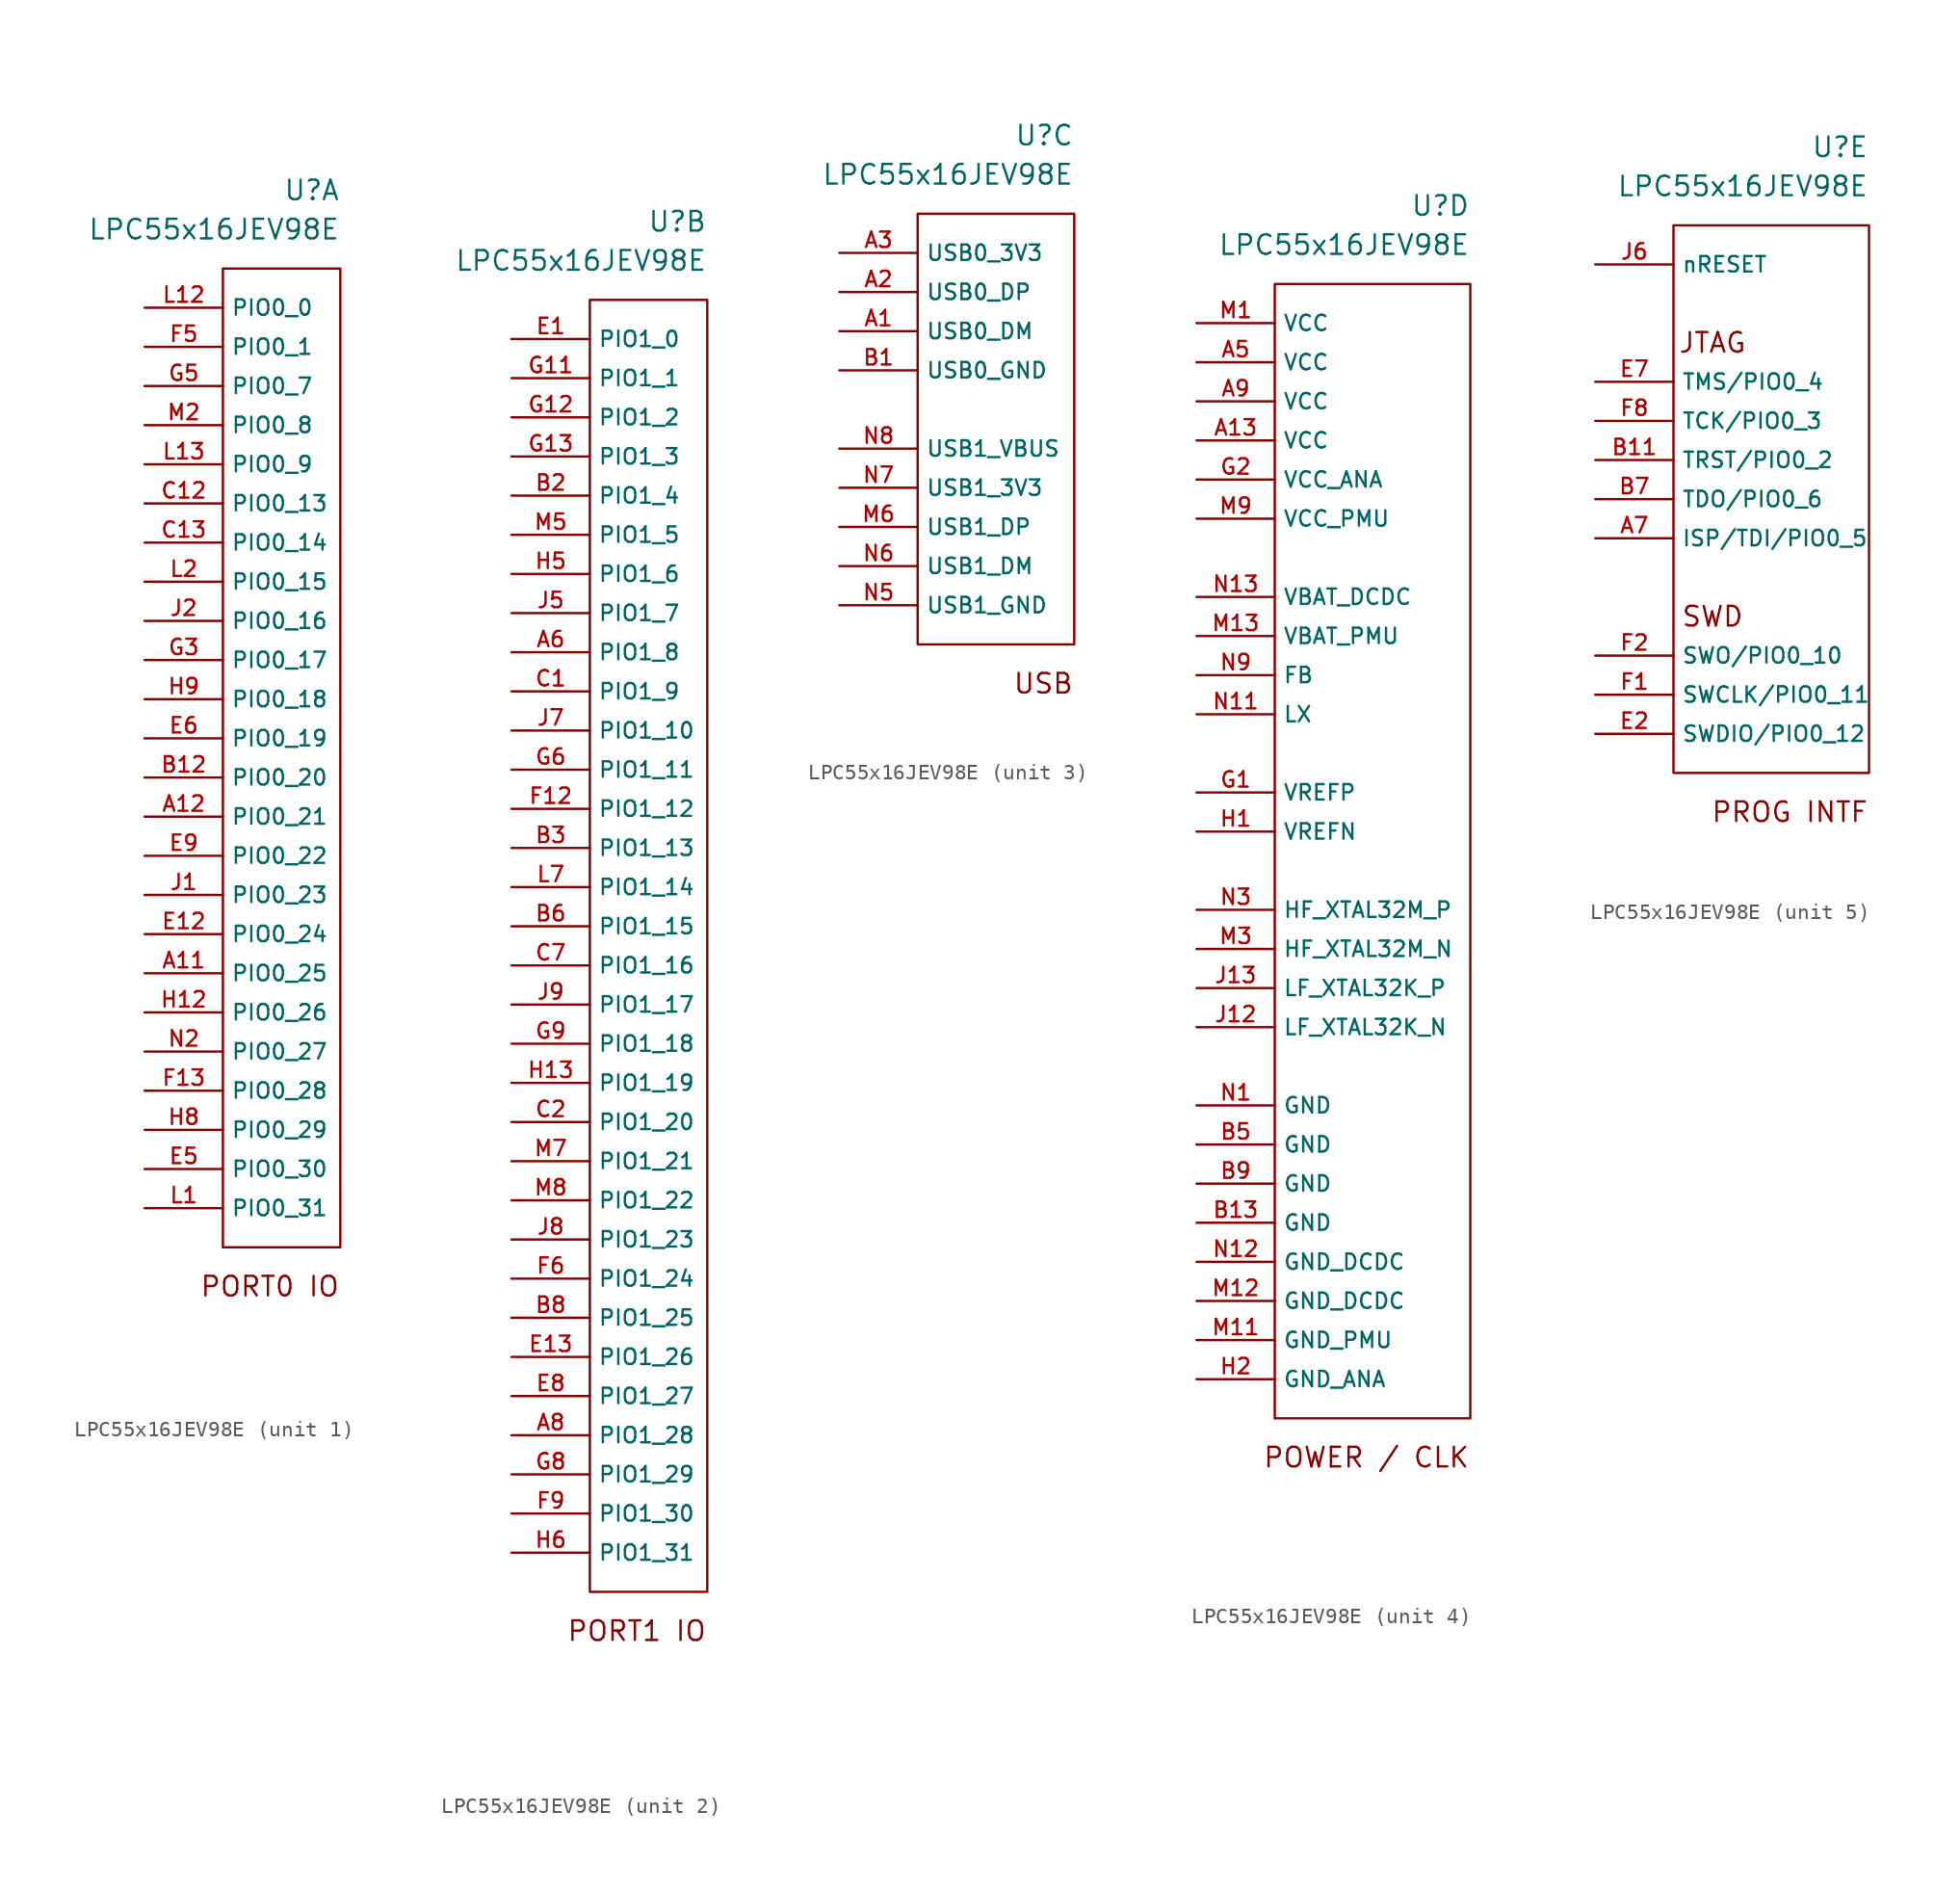
<source format=kicad_sym>
(kicad_symbol_lib
  (version 20211014)
  (generator kicad_symbol_editor)
  (symbol "LPC55x16JEV98E"
    (property "Reference" "U"
      (at 0 5.08 0)
      (effects (font (size 1.27 1.27)) (justify right)))
    (property "Value" "LPC55x16JEV98E"
      (at 0 2.54 0)
      (effects (font (size 1.27 1.27)) (justify right)))
    (property "ki_locked" ""
      (at 0 0 0)
      (effects (font (size 1.27 1.27))))
    (symbol "LPC55x16JEV98E_1_0"
      (text "PORT0 IO" (at 0 -66.04 0) (effects (font (size 1.27 1.27)) (justify right))))
    (symbol "LPC55x16JEV98E_1_1"
      (rectangle (start -7.62 0) (end 0 -63.5) (stroke (width 0.152) (type default) (color 0 0 0 0)) (fill (type none)))
      (pin input line (at -12.7 -45.72 0) (length 5.08) (name "PIO0_25" (effects (font (size 1 1)))) (number "A11" (effects (font (size 1 1)))))
      (pin input line (at -12.7 -35.56 0) (length 5.08) (name "PIO0_21" (effects (font (size 1 1)))) (number "A12" (effects (font (size 1 1)))))
      (pin input line (at -12.7 -33.02 0) (length 5.08) (name "PIO0_20" (effects (font (size 1 1)))) (number "B12" (effects (font (size 1 1)))))
      (pin input line (at -12.7 -15.24 0) (length 5.08) (name "PIO0_13" (effects (font (size 1 1)))) (number "C12" (effects (font (size 1 1)))))
      (pin input line (at -12.7 -17.78 0) (length 5.08) (name "PIO0_14" (effects (font (size 1 1)))) (number "C13" (effects (font (size 1 1)))))
      (pin input line (at -12.7 -43.18 0) (length 5.08) (name "PIO0_24" (effects (font (size 1 1)))) (number "E12" (effects (font (size 1 1)))))
      (pin input line (at -12.7 -58.42 0) (length 5.08) (name "PIO0_30" (effects (font (size 1 1)))) (number "E5" (effects (font (size 1 1)))))
      (pin input line (at -12.7 -30.48 0) (length 5.08) (name "PIO0_19" (effects (font (size 1 1)))) (number "E6" (effects (font (size 1 1)))))
      (pin input line (at -12.7 -38.1 0) (length 5.08) (name "PIO0_22" (effects (font (size 1 1)))) (number "E9" (effects (font (size 1 1)))))
      (pin input line (at -12.7 -53.34 0) (length 5.08) (name "PIO0_28" (effects (font (size 1 1)))) (number "F13" (effects (font (size 1 1)))))
      (pin input line (at -12.7 -5.08 0) (length 5.08) (name "PIO0_1" (effects (font (size 1 1)))) (number "F5" (effects (font (size 1 1)))))
      (pin input line (at -12.7 -25.4 0) (length 5.08) (name "PIO0_17" (effects (font (size 1 1)))) (number "G3" (effects (font (size 1 1)))))
      (pin input line (at -12.7 -7.62 0) (length 5.08) (name "PIO0_7" (effects (font (size 1 1)))) (number "G5" (effects (font (size 1 1)))))
      (pin input line (at -12.7 -48.26 0) (length 5.08) (name "PIO0_26" (effects (font (size 1 1)))) (number "H12" (effects (font (size 1 1)))))
      (pin input line (at -12.7 -55.88 0) (length 5.08) (name "PIO0_29" (effects (font (size 1 1)))) (number "H8" (effects (font (size 1 1)))))
      (pin input line (at -12.7 -27.94 0) (length 5.08) (name "PIO0_18" (effects (font (size 1 1)))) (number "H9" (effects (font (size 1 1)))))
      (pin input line (at -12.7 -40.64 0) (length 5.08) (name "PIO0_23" (effects (font (size 1 1)))) (number "J1" (effects (font (size 1 1)))))
      (pin input line (at -12.7 -22.86 0) (length 5.08) (name "PIO0_16" (effects (font (size 1 1)))) (number "J2" (effects (font (size 1 1)))))
      (pin input line (at -12.7 -60.96 0) (length 5.08) (name "PIO0_31" (effects (font (size 1 1)))) (number "L1" (effects (font (size 1 1)))))
      (pin input line (at -12.7 -2.54 0) (length 5.08) (name "PIO0_0" (effects (font (size 1 1)))) (number "L12" (effects (font (size 1 1)))))
      (pin input line (at -12.7 -12.7 0) (length 5.08) (name "PIO0_9" (effects (font (size 1 1)))) (number "L13" (effects (font (size 1 1)))))
      (pin input line (at -12.7 -20.32 0) (length 5.08) (name "PIO0_15" (effects (font (size 1 1)))) (number "L2" (effects (font (size 1 1)))))
      (pin input line (at -12.7 -10.16 0) (length 5.08) (name "PIO0_8" (effects (font (size 1 1)))) (number "M2" (effects (font (size 1 1)))))
      (pin input line (at -12.7 -50.8 0) (length 5.08) (name "PIO0_27" (effects (font (size 1 1)))) (number "N2" (effects (font (size 1 1))))))
    (symbol "LPC55x16JEV98E_2_0"
      (text "PORT1 IO" (at 0 -86.36 0) (effects (font (size 1.27 1.27)) (justify right))))
    (symbol "LPC55x16JEV98E_2_1"
      (rectangle (start -7.62 0) (end 0 -83.82) (stroke (width 0.152) (type default) (color 0 0 0 0)) (fill (type none)))
      (pin input line (at -12.7 -22.86 0) (length 5.08) (name "PIO1_8" (effects (font (size 1 1)))) (number "A6" (effects (font (size 1 1)))))
      (pin input line (at -12.7 -73.66 0) (length 5.08) (name "PIO1_28" (effects (font (size 1 1)))) (number "A8" (effects (font (size 1 1)))))
      (pin input line (at -12.7 -12.7 0) (length 5.08) (name "PIO1_4" (effects (font (size 1 1)))) (number "B2" (effects (font (size 1 1)))))
      (pin input line (at -12.7 -35.56 0) (length 5.08) (name "PIO1_13" (effects (font (size 1 1)))) (number "B3" (effects (font (size 1 1)))))
      (pin input line (at -12.7 -40.64 0) (length 5.08) (name "PIO1_15" (effects (font (size 1 1)))) (number "B6" (effects (font (size 1 1)))))
      (pin input line (at -12.7 -66.04 0) (length 5.08) (name "PIO1_25" (effects (font (size 1 1)))) (number "B8" (effects (font (size 1 1)))))
      (pin input line (at -12.7 -25.4 0) (length 5.08) (name "PIO1_9" (effects (font (size 1 1)))) (number "C1" (effects (font (size 1 1)))))
      (pin input line (at -12.7 -53.34 0) (length 5.08) (name "PIO1_20" (effects (font (size 1 1)))) (number "C2" (effects (font (size 1 1)))))
      (pin input line (at -12.7 -43.18 0) (length 5.08) (name "PIO1_16" (effects (font (size 1 1)))) (number "C7" (effects (font (size 1 1)))))
      (pin input line (at -12.7 -2.54 0) (length 5.08) (name "PIO1_0" (effects (font (size 1 1)))) (number "E1" (effects (font (size 1 1)))))
      (pin input line (at -12.7 -68.58 0) (length 5.08) (name "PIO1_26" (effects (font (size 1 1)))) (number "E13" (effects (font (size 1 1)))))
      (pin input line (at -12.7 -71.12 0) (length 5.08) (name "PIO1_27" (effects (font (size 1 1)))) (number "E8" (effects (font (size 1 1)))))
      (pin input line (at -12.7 -33.02 0) (length 5.08) (name "PIO1_12" (effects (font (size 1 1)))) (number "F12" (effects (font (size 1 1)))))
      (pin input line (at -12.7 -63.5 0) (length 5.08) (name "PIO1_24" (effects (font (size 1 1)))) (number "F6" (effects (font (size 1 1)))))
      (pin input line (at -12.7 -78.74 0) (length 5.08) (name "PIO1_30" (effects (font (size 1 1)))) (number "F9" (effects (font (size 1 1)))))
      (pin input line (at -12.7 -5.08 0) (length 5.08) (name "PIO1_1" (effects (font (size 1 1)))) (number "G11" (effects (font (size 1 1)))))
      (pin input line (at -12.7 -7.62 0) (length 5.08) (name "PIO1_2" (effects (font (size 1 1)))) (number "G12" (effects (font (size 1 1)))))
      (pin input line (at -12.7 -10.16 0) (length 5.08) (name "PIO1_3" (effects (font (size 1 1)))) (number "G13" (effects (font (size 1 1)))))
      (pin input line (at -12.7 -30.48 0) (length 5.08) (name "PIO1_11" (effects (font (size 1 1)))) (number "G6" (effects (font (size 1 1)))))
      (pin input line (at -12.7 -76.2 0) (length 5.08) (name "PIO1_29" (effects (font (size 1 1)))) (number "G8" (effects (font (size 1 1)))))
      (pin input line (at -12.7 -48.26 0) (length 5.08) (name "PIO1_18" (effects (font (size 1 1)))) (number "G9" (effects (font (size 1 1)))))
      (pin input line (at -12.7 -50.8 0) (length 5.08) (name "PIO1_19" (effects (font (size 1 1)))) (number "H13" (effects (font (size 1 1)))))
      (pin input line (at -12.7 -17.78 0) (length 5.08) (name "PIO1_6" (effects (font (size 1 1)))) (number "H5" (effects (font (size 1 1)))))
      (pin input line (at -12.7 -81.28 0) (length 5.08) (name "PIO1_31" (effects (font (size 1 1)))) (number "H6" (effects (font (size 1 1)))))
      (pin input line (at -12.7 -20.32 0) (length 5.08) (name "PIO1_7" (effects (font (size 1 1)))) (number "J5" (effects (font (size 1 1)))))
      (pin input line (at -12.7 -27.94 0) (length 5.08) (name "PIO1_10" (effects (font (size 1 1)))) (number "J7" (effects (font (size 1 1)))))
      (pin input line (at -12.7 -60.96 0) (length 5.08) (name "PIO1_23" (effects (font (size 1 1)))) (number "J8" (effects (font (size 1 1)))))
      (pin input line (at -12.7 -45.72 0) (length 5.08) (name "PIO1_17" (effects (font (size 1 1)))) (number "J9" (effects (font (size 1 1)))))
      (pin input line (at -12.7 -38.1 0) (length 5.08) (name "PIO1_14" (effects (font (size 1 1)))) (number "L7" (effects (font (size 1 1)))))
      (pin input line (at -12.7 -15.24 0) (length 5.08) (name "PIO1_5" (effects (font (size 1 1)))) (number "M5" (effects (font (size 1 1)))))
      (pin input line (at -12.7 -55.88 0) (length 5.08) (name "PIO1_21" (effects (font (size 1 1)))) (number "M7" (effects (font (size 1 1)))))
      (pin input line (at -12.7 -58.42 0) (length 5.08) (name "PIO1_22" (effects (font (size 1 1)))) (number "M8" (effects (font (size 1 1))))))
    (symbol "LPC55x16JEV98E_3_0"
      (rectangle (start -10.16 0) (end 0 -27.94) (stroke (width 0.152) (type default) (color 0 0 0 0)) (fill (type none)))
      (text "USB" (at 0 -30.48 0) (effects (font (size 1.27 1.27)) (justify right))))
    (symbol "LPC55x16JEV98E_3_1"
      (pin input line (at -15.24 -7.62 0) (length 5.08) (name "USB0_DM" (effects (font (size 1 1)))) (number "A1" (effects (font (size 1 1)))))
      (pin input line (at -15.24 -5.08 0) (length 5.08) (name "USB0_DP" (effects (font (size 1 1)))) (number "A2" (effects (font (size 1 1)))))
      (pin input line (at -15.24 -2.54 0) (length 5.08) (name "USB0_3V3" (effects (font (size 1 1)))) (number "A3" (effects (font (size 1 1)))))
      (pin input line (at -15.24 -10.16 0) (length 5.08) (name "USB0_GND" (effects (font (size 1 1)))) (number "B1" (effects (font (size 1 1)))))
      (pin input line (at -15.24 -20.32 0) (length 5.08) (name "USB1_DP" (effects (font (size 1 1)))) (number "M6" (effects (font (size 1 1)))))
      (pin input line (at -15.24 -25.4 0) (length 5.08) (name "USB1_GND" (effects (font (size 1 1)))) (number "N5" (effects (font (size 1 1)))))
      (pin input line (at -15.24 -22.86 0) (length 5.08) (name "USB1_DM" (effects (font (size 1 1)))) (number "N6" (effects (font (size 1 1)))))
      (pin input line (at -15.24 -17.78 0) (length 5.08) (name "USB1_3V3" (effects (font (size 1 1)))) (number "N7" (effects (font (size 1 1)))))
      (pin input line (at -15.24 -15.24 0) (length 5.08) (name "USB1_VBUS" (effects (font (size 1 1)))) (number "N8" (effects (font (size 1 1))))))
    (symbol "LPC55x16JEV98E_4_0"
      (rectangle (start -12.7 0) (end 0 -73.66) (stroke (width 0.152) (type default) (color 0 0 0 0)) (fill (type none)))
      (text "POWER / CLK" (at 0 -76.2 0) (effects (font (size 1.27 1.27)) (justify right))))
    (symbol "LPC55x16JEV98E_4_1"
      (pin input line (at -17.78 -10.16 0) (length 5.08) (name "VCC" (effects (font (size 1 1)))) (number "A13" (effects (font (size 1 1)))))
      (pin input line (at -17.78 -5.08 0) (length 5.08) (name "VCC" (effects (font (size 1 1)))) (number "A5" (effects (font (size 1 1)))))
      (pin input line (at -17.78 -7.62 0) (length 5.08) (name "VCC" (effects (font (size 1 1)))) (number "A9" (effects (font (size 1 1)))))
      (pin input line (at -17.78 -60.96 0) (length 5.08) (name "GND" (effects (font (size 1 1)))) (number "B13" (effects (font (size 1 1)))))
      (pin input line (at -17.78 -55.88 0) (length 5.08) (name "GND" (effects (font (size 1 1)))) (number "B5" (effects (font (size 1 1)))))
      (pin input line (at -17.78 -58.42 0) (length 5.08) (name "GND" (effects (font (size 1 1)))) (number "B9" (effects (font (size 1 1)))))
      (pin input line (at -17.78 -33.02 0) (length 5.08) (name "VREFP" (effects (font (size 1 1)))) (number "G1" (effects (font (size 1 1)))))
      (pin input line (at -17.78 -12.7 0) (length 5.08) (name "VCC_ANA" (effects (font (size 1 1)))) (number "G2" (effects (font (size 1 1)))))
      (pin input line (at -17.78 -35.56 0) (length 5.08) (name "VREFN" (effects (font (size 1 1)))) (number "H1" (effects (font (size 1 1)))))
      (pin input line (at -17.78 -71.12 0) (length 5.08) (name "GND_ANA" (effects (font (size 1 1)))) (number "H2" (effects (font (size 1 1)))))
      (pin input line (at -17.78 -48.26 0) (length 5.08) (name "LF_XTAL32K_N" (effects (font (size 1 1)))) (number "J12" (effects (font (size 1 1)))))
      (pin input line (at -17.78 -45.72 0) (length 5.08) (name "LF_XTAL32K_P" (effects (font (size 1 1)))) (number "J13" (effects (font (size 1 1)))))
      (pin input line (at -17.78 -2.54 0) (length 5.08) (name "VCC" (effects (font (size 1 1)))) (number "M1" (effects (font (size 1 1)))))
      (pin input line (at -17.78 -68.58 0) (length 5.08) (name "GND_PMU" (effects (font (size 1 1)))) (number "M11" (effects (font (size 1 1)))))
      (pin input line (at -17.78 -66.04 0) (length 5.08) (name "GND_DCDC" (effects (font (size 1 1)))) (number "M12" (effects (font (size 1 1)))))
      (pin input line (at -17.78 -22.86 0) (length 5.08) (name "VBAT_PMU" (effects (font (size 1 1)))) (number "M13" (effects (font (size 1 1)))))
      (pin input line (at -17.78 -43.18 0) (length 5.08) (name "HF_XTAL32M_N" (effects (font (size 1 1)))) (number "M3" (effects (font (size 1 1)))))
      (pin input line (at -17.78 -15.24 0) (length 5.08) (name "VCC_PMU" (effects (font (size 1 1)))) (number "M9" (effects (font (size 1 1)))))
      (pin input line (at -17.78 -53.34 0) (length 5.08) (name "GND" (effects (font (size 1 1)))) (number "N1" (effects (font (size 1 1)))))
      (pin input line (at -17.78 -27.94 0) (length 5.08) (name "LX" (effects (font (size 1 1)))) (number "N11" (effects (font (size 1 1)))))
      (pin input line (at -17.78 -63.5 0) (length 5.08) (name "GND_DCDC" (effects (font (size 1 1)))) (number "N12" (effects (font (size 1 1)))))
      (pin input line (at -17.78 -20.32 0) (length 5.08) (name "VBAT_DCDC" (effects (font (size 1 1)))) (number "N13" (effects (font (size 1 1)))))
      (pin input line (at -17.78 -40.64 0) (length 5.08) (name "HF_XTAL32M_P" (effects (font (size 1 1)))) (number "N3" (effects (font (size 1 1)))))
      (pin input line (at -17.78 -25.4 0) (length 5.08) (name "FB" (effects (font (size 1 1)))) (number "N9" (effects (font (size 1 1))))))
    (symbol "LPC55x16JEV98E_5_0"
      (text "JTAG" (at -10.16 -7.62 0) (effects (font (size 1.27 1.27))))
      (text "PROG INTF" (at 0 -38.1 0) (effects (font (size 1.27 1.27)) (justify right)))
      (text "SWD" (at -10.16 -25.4 0) (effects (font (size 1.27 1.27)))))
    (symbol "LPC55x16JEV98E_5_1"
      (rectangle (start -12.7 0) (end 0 -35.56) (stroke (width 0.152) (type default) (color 0 0 0 0)) (fill (type none)))
      (pin input line (at -17.78 -20.32 0) (length 5.08) (name "ISP/TDI/PIO0_5" (effects (font (size 1 1)))) (number "A7" (effects (font (size 1 1)))))
      (pin input line (at -17.78 -15.24 0) (length 5.08) (name "TRST/PIO0_2" (effects (font (size 1 1)))) (number "B11" (effects (font (size 1 1)))))
      (pin input line (at -17.78 -17.78 0) (length 5.08) (name "TDO/PIO0_6" (effects (font (size 1 1)))) (number "B7" (effects (font (size 1 1)))))
      (pin input line (at -17.78 -33.02 0) (length 5.08) (name "SWDIO/PIO0_12" (effects (font (size 1 1)))) (number "E2" (effects (font (size 1 1)))))
      (pin input line (at -17.78 -10.16 0) (length 5.08) (name "TMS/PIO0_4" (effects (font (size 1 1)))) (number "E7" (effects (font (size 1 1)))))
      (pin input line (at -17.78 -30.48 0) (length 5.08) (name "SWCLK/PIO0_11" (effects (font (size 1 1)))) (number "F1" (effects (font (size 1 1)))))
      (pin input line (at -17.78 -27.94 0) (length 5.08) (name "SWO/PIO0_10" (effects (font (size 1 1)))) (number "F2" (effects (font (size 1 1)))))
      (pin input line (at -17.78 -12.7 0) (length 5.08) (name "TCK/PIO0_3" (effects (font (size 1 1)))) (number "F8" (effects (font (size 1 1)))))
      (pin input line (at -17.78 -2.54 0) (length 5.08) (name "nRESET" (effects (font (size 1 1)))) (number "J6" (effects (font (size 1 1))))))))
</source>
